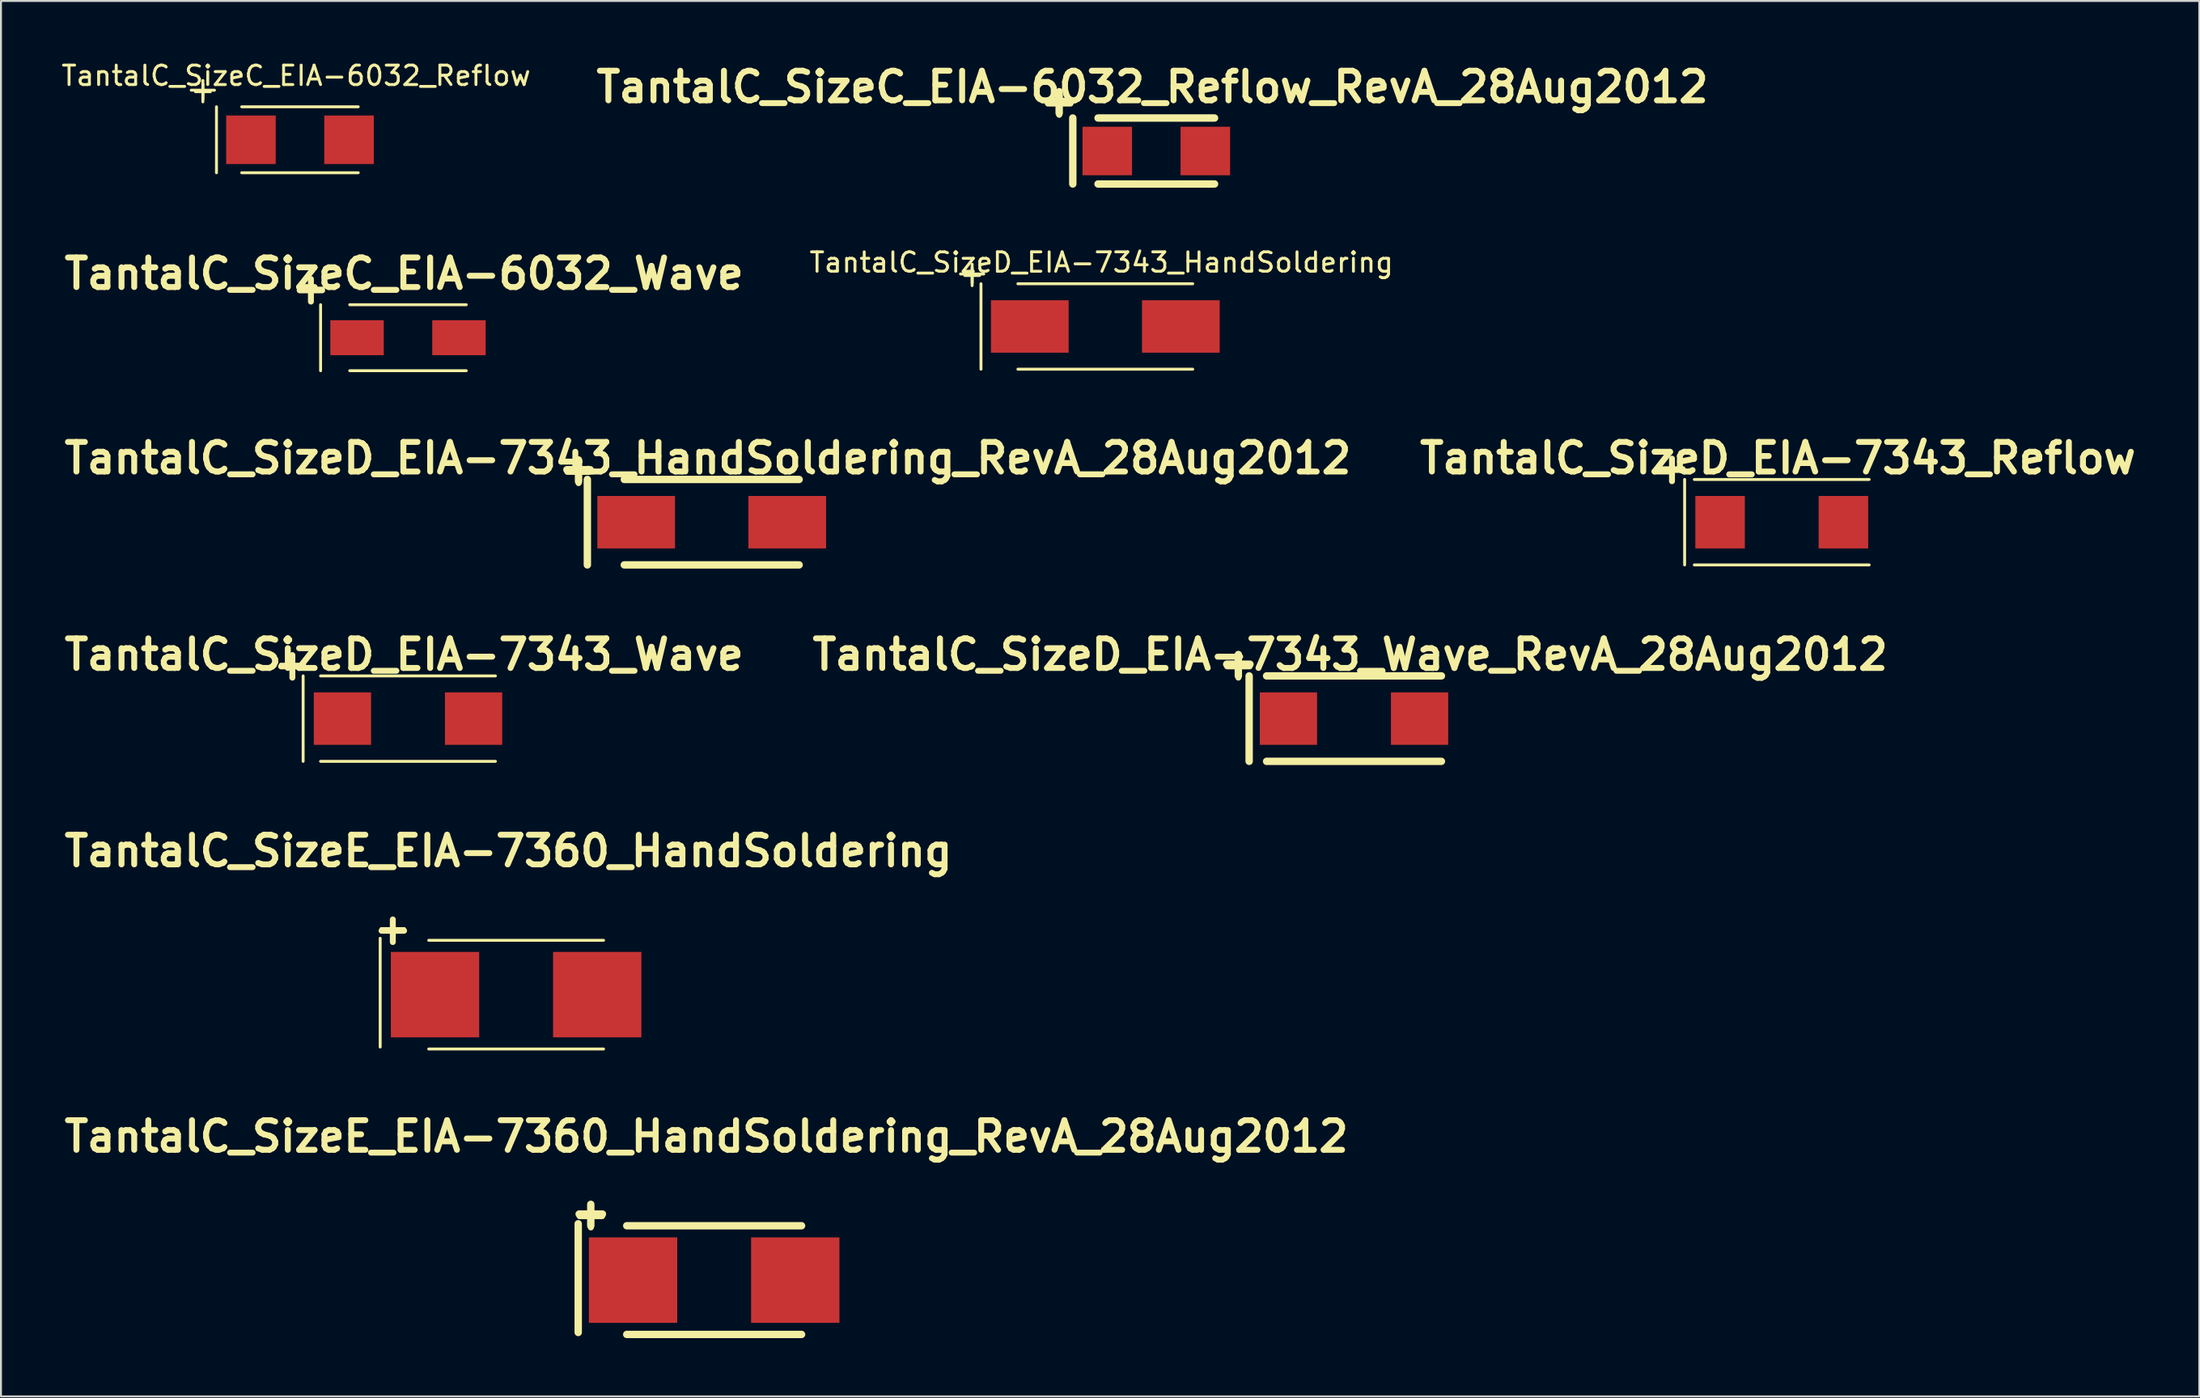
<source format=kicad_pcb>
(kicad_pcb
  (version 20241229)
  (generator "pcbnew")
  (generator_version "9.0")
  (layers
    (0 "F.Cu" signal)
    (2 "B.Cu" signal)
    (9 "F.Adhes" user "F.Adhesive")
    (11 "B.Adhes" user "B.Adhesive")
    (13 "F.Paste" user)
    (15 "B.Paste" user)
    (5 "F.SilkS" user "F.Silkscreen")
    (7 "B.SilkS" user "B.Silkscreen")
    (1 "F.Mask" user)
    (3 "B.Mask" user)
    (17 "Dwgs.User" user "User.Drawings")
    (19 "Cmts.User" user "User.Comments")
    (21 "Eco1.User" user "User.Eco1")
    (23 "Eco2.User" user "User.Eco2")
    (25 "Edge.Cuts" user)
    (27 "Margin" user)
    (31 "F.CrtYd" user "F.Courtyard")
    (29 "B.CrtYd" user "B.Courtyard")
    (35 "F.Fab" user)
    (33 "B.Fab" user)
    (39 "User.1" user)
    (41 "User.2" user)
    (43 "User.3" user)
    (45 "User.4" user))
  (footprint "TantalC_SizeC_EIA-6032_Reflow_RevA_28Aug2012"
    (layer "F.Cu")
    (at 56.491 4.726)
    (property "Reference" "TantalC_SizeC_EIA-6032_Reflow_RevA_28Aug2012" (at -0.201 -3.299 0) (layer "F.SilkS") (effects (font (size 1.524 1.524) (thickness 0.305))))
    (attr smd)
    (fp_line (start -5.601 -2.553) (end -4.402 -2.553) (stroke (width 0.381) (type solid)) (layer "F.SilkS"))
    (fp_line (start -5.001 -3.053) (end -5.001 -1.953) (stroke (width 0.381) (type solid)) (layer "F.SilkS"))
    (fp_line (start -4.3 -1.699) (end -4.3 1.699) (stroke (width 0.381) (type solid)) (layer "F.SilkS"))
    (fp_line (start 3 -1.699) (end -3 -1.699) (stroke (width 0.381) (type solid)) (layer "F.SilkS"))
    (fp_line (start 3 1.699) (end -3 1.699) (stroke (width 0.381) (type solid)) (layer "F.SilkS"))
    (fp_text user "+" (at -4.999 -2.55 0) (layer "F.SilkS") (effects (font (size 1.524 1.524) (thickness 0.305))))
    (pad "1" smd rect (at -2.525 0) (size 2.55 2.499) (layers "F.Cu" "F.Mask" "F.Paste"))
    (pad "2" smd rect (at 2.525 0) (size 2.55 2.499) (layers "F.Cu" "F.Mask" "F.Paste")))
  (footprint "TantalC_SizeC_EIA-6032_Reflow"
    (layer "F.Cu")
    (at 12.397 4.148)
    (property "Reference" "TantalC_SizeC_EIA-6032_Reflow" (at -0.201 -3.299 0) (layer "F.SilkS") (effects (font (size 1 1) (thickness 0.15))))
    (attr smd)
    (fp_line (start -5.601 -2.553) (end -4.402 -2.553) (stroke (width 0.15) (type solid)) (layer "F.SilkS"))
    (fp_line (start -5.001 -3.053) (end -5.001 -1.953) (stroke (width 0.15) (type solid)) (layer "F.SilkS"))
    (fp_line (start -4.3 -1.699) (end -4.3 1.699) (stroke (width 0.15) (type solid)) (layer "F.SilkS"))
    (fp_line (start 3 -1.699) (end -3 -1.699) (stroke (width 0.15) (type solid)) (layer "F.SilkS"))
    (fp_line (start 3 1.699) (end -3 1.699) (stroke (width 0.15) (type solid)) (layer "F.SilkS"))
    (fp_text user "+" (at -4.999 -2.55 0) (layer "F.SilkS") (effects (font (size 1 1) (thickness 0.15))))
    (pad "1" smd rect (at -2.525 0) (size 2.55 2.499) (layers "F.Cu" "F.Mask" "F.Paste"))
    (pad "2" smd rect (at 2.525 0) (size 2.55 2.499) (layers "F.Cu" "F.Mask" "F.Paste")))
  (footprint "TantalC_SizeE_EIA-7360_HandSoldering"
    (layer "F.Cu")
    (at 23.527 48.173)
    (property "Reference" "TantalC_SizeE_EIA-7360_HandSoldering" (at -0.399 -7.399 0) (layer "F.SilkS") (effects (font (size 1.524 1.524) (thickness 0.305))))
    (attr smd)
    (fp_line (start -7 -2.901) (end -7 2.697) (stroke (width 0.15) (type solid)) (layer "F.SilkS"))
    (fp_line (start -6.952 -3.401) (end -5.753 -3.401) (stroke (width 0.15) (type solid)) (layer "F.SilkS"))
    (fp_line (start -6.353 -3.901) (end -6.353 -2.802) (stroke (width 0.15) (type solid)) (layer "F.SilkS"))
    (fp_line (start -4.501 2.799) (end 4.501 2.799) (stroke (width 0.15) (type solid)) (layer "F.SilkS"))
    (fp_line (start 4.501 -2.799) (end -4.501 -2.799) (stroke (width 0.15) (type solid)) (layer "F.SilkS"))
    (fp_text user "+" (at -6.35 -3.399 0) (layer "F.SilkS") (effects (font (size 1.524 1.524) (thickness 0.305))))
    (pad "1" smd rect (at -4.176 0) (size 4.549 4.399) (layers "F.Cu" "F.Mask" "F.Paste"))
    (pad "2" smd rect (at 4.176 0) (size 4.549 4.399) (layers "F.Cu" "F.Mask" "F.Paste")))
  (footprint "TantalC_SizeD_EIA-7343_Reflow"
    (layer "F.Cu")
    (at 88.697 23.842)
    (property "Reference" "TantalC_SizeD_EIA-7343_Reflow" (at -0.201 -3.299 0) (layer "F.SilkS") (effects (font (size 1.524 1.524) (thickness 0.305))))
    (attr smd)
    (fp_line (start -6.253 -2.802) (end -5.055 -2.802) (stroke (width 0.15) (type solid)) (layer "F.SilkS"))
    (fp_line (start -5.654 -3.302) (end -5.654 -2.202) (stroke (width 0.15) (type solid)) (layer "F.SilkS"))
    (fp_line (start -5.001 -2.2) (end -5.001 2.2) (stroke (width 0.15) (type solid)) (layer "F.SilkS"))
    (fp_line (start -4.501 2.2) (end 4.501 2.2) (stroke (width 0.15) (type solid)) (layer "F.SilkS"))
    (fp_line (start 4.501 -2.2) (end -4.501 -2.2) (stroke (width 0.15) (type solid)) (layer "F.SilkS"))
    (fp_text user "+" (at -5.652 -2.799 0) (layer "F.SilkS") (effects (font (size 1.524 1.524) (thickness 0.305))))
    (pad "1" smd rect (at -3.175 0) (size 2.55 2.7) (layers "F.Cu" "F.Mask" "F.Paste"))
    (pad "2" smd rect (at 3.175 0) (size 2.55 2.7) (layers "F.Cu" "F.Mask" "F.Paste")))
  (footprint "TantalC_SizeD_EIA-7343_Wave_RevA_28Aug2012"
    (layer "F.Cu")
    (at 66.672 33.958)
    (property "Reference" "TantalC_SizeD_EIA-7343_Wave_RevA_28Aug2012" (at -0.201 -3.299 0) (layer "F.SilkS") (effects (font (size 1.524 1.524) (thickness 0.305))))
    (attr smd)
    (fp_line (start -6.556 -2.802) (end -5.357 -2.802) (stroke (width 0.381) (type solid)) (layer "F.SilkS"))
    (fp_line (start -5.956 -3.302) (end -5.956 -2.202) (stroke (width 0.381) (type solid)) (layer "F.SilkS"))
    (fp_line (start -5.4 -2.2) (end -5.4 2.2) (stroke (width 0.381) (type solid)) (layer "F.SilkS"))
    (fp_line (start -4.501 2.2) (end 4.501 2.2) (stroke (width 0.381) (type solid)) (layer "F.SilkS"))
    (fp_line (start 4.501 -2.2) (end -4.501 -2.2) (stroke (width 0.381) (type solid)) (layer "F.SilkS"))
    (fp_text user "+" (at -5.954 -2.799 0) (layer "F.SilkS") (effects (font (size 1.524 1.524) (thickness 0.305))))
    (pad "1" smd rect (at -3.376 0) (size 2.949 2.7) (layers "F.Cu" "F.Mask" "F.Paste"))
    (pad "2" smd rect (at 3.376 0) (size 2.949 2.7) (layers "F.Cu" "F.Mask" "F.Paste")))
  (footprint "TantalC_SizeD_EIA-7343_Wave"
    (layer "F.Cu")
    (at 17.959 33.958)
    (property "Reference" "TantalC_SizeD_EIA-7343_Wave" (at -0.201 -3.299 0) (layer "F.SilkS") (effects (font (size 1.524 1.524) (thickness 0.305))))
    (attr smd)
    (fp_line (start -6.556 -2.802) (end -5.357 -2.802) (stroke (width 0.15) (type solid)) (layer "F.SilkS"))
    (fp_line (start -5.956 -3.302) (end -5.956 -2.202) (stroke (width 0.15) (type solid)) (layer "F.SilkS"))
    (fp_line (start -5.4 -2.2) (end -5.4 2.2) (stroke (width 0.15) (type solid)) (layer "F.SilkS"))
    (fp_line (start -4.501 2.2) (end 4.501 2.2) (stroke (width 0.15) (type solid)) (layer "F.SilkS"))
    (fp_line (start 4.501 -2.2) (end -4.501 -2.2) (stroke (width 0.15) (type solid)) (layer "F.SilkS"))
    (fp_text user "+" (at -5.954 -2.799 0) (layer "F.SilkS") (effects (font (size 1.524 1.524) (thickness 0.305))))
    (pad "1" smd rect (at -3.376 0) (size 2.949 2.7) (layers "F.Cu" "F.Mask" "F.Paste"))
    (pad "2" smd rect (at 3.376 0) (size 2.949 2.7) (layers "F.Cu" "F.Mask" "F.Paste")))
  (footprint "TantalC_SizeC_EIA-6032_Wave"
    (layer "F.Cu")
    (at 17.959 14.342)
    (property "Reference" "TantalC_SizeC_EIA-6032_Wave" (at -0.201 -3.299 0) (layer "F.SilkS") (effects (font (size 1.524 1.524) (thickness 0.305))))
    (attr smd)
    (fp_line (start -5.601 -2.553) (end -4.402 -2.553) (stroke (width 0.15) (type solid)) (layer "F.SilkS"))
    (fp_line (start -5.001 -3.053) (end -5.001 -1.953) (stroke (width 0.15) (type solid)) (layer "F.SilkS"))
    (fp_line (start -4.501 -1.699) (end -4.501 1.699) (stroke (width 0.15) (type solid)) (layer "F.SilkS"))
    (fp_line (start 3 -1.699) (end -3 -1.699) (stroke (width 0.15) (type solid)) (layer "F.SilkS"))
    (fp_line (start 3 1.699) (end -3 1.699) (stroke (width 0.15) (type solid)) (layer "F.SilkS"))
    (fp_text user "+" (at -4.999 -2.55 0) (layer "F.SilkS") (effects (font (size 1.524 1.524) (thickness 0.305))))
    (pad "1" smd rect (at -2.624 0) (size 2.751 1.801) (layers "F.Cu" "F.Mask" "F.Paste"))
    (pad "2" smd rect (at 2.624 0) (size 2.751 1.801) (layers "F.Cu" "F.Mask" "F.Paste")))
  (footprint "TantalC_SizeE_EIA-7360_HandSoldering_RevA_28Aug2012"
    (layer "F.Cu")
    (at 33.724 62.873)
    (property "Reference" "TantalC_SizeE_EIA-7360_HandSoldering_RevA_28Aug2012" (at -0.399 -7.399 0) (layer "F.SilkS") (effects (font (size 1.524 1.524) (thickness 0.305))))
    (attr smd)
    (fp_line (start -7 -2.901) (end -7 2.697) (stroke (width 0.381) (type solid)) (layer "F.SilkS"))
    (fp_line (start -6.952 -3.401) (end -5.753 -3.401) (stroke (width 0.381) (type solid)) (layer "F.SilkS"))
    (fp_line (start -6.353 -3.901) (end -6.353 -2.802) (stroke (width 0.381) (type solid)) (layer "F.SilkS"))
    (fp_line (start -4.501 2.799) (end 4.501 2.799) (stroke (width 0.381) (type solid)) (layer "F.SilkS"))
    (fp_line (start 4.501 -2.799) (end -4.501 -2.799) (stroke (width 0.381) (type solid)) (layer "F.SilkS"))
    (fp_text user "+" (at -6.35 -3.399 0) (layer "F.SilkS") (effects (font (size 1.524 1.524) (thickness 0.305))))
    (pad "1" smd rect (at -4.176 0) (size 4.549 4.399) (layers "F.Cu" "F.Mask" "F.Paste"))
    (pad "2" smd rect (at 4.176 0) (size 4.549 4.399) (layers "F.Cu" "F.Mask" "F.Paste")))
  (footprint "TantalC_SizeD_EIA-7343_HandSoldering"
    (layer "F.Cu")
    (at 53.866 13.763)
    (property "Reference" "TantalC_SizeD_EIA-7343_HandSoldering" (at -0.201 -3.299 0) (layer "F.SilkS") (effects (font (size 1 1) (thickness 0.15))))
    (attr smd)
    (fp_line (start -7.457 -2.703) (end -6.259 -2.703) (stroke (width 0.15) (type solid)) (layer "F.SilkS"))
    (fp_line (start -6.858 -3.203) (end -6.858 -2.103) (stroke (width 0.15) (type solid)) (layer "F.SilkS"))
    (fp_line (start -6.403 -2.2) (end -6.403 2.2) (stroke (width 0.15) (type solid)) (layer "F.SilkS"))
    (fp_line (start -4.501 2.2) (end 4.501 2.2) (stroke (width 0.15) (type solid)) (layer "F.SilkS"))
    (fp_line (start 4.501 -2.2) (end -4.501 -2.2) (stroke (width 0.15) (type solid)) (layer "F.SilkS"))
    (fp_text user "+" (at -6.855 -2.7 0) (layer "F.SilkS") (effects (font (size 1 1) (thickness 0.15))))
    (pad "1" smd rect (at -3.889 0) (size 4 2.7) (layers "F.Cu" "F.Mask" "F.Paste"))
    (pad "2" smd rect (at 3.889 0) (size 4 2.7) (layers "F.Cu" "F.Mask" "F.Paste")))
  (footprint "TantalC_SizeD_EIA-7343_HandSoldering_RevA_28Aug2012"
    (layer "F.Cu")
    (at 33.598 23.842)
    (property "Reference" "TantalC_SizeD_EIA-7343_HandSoldering_RevA_28Aug2012" (at -0.201 -3.299 0) (layer "F.SilkS") (effects (font (size 1.524 1.524) (thickness 0.305))))
    (attr smd)
    (fp_line (start -7.457 -2.703) (end -6.259 -2.703) (stroke (width 0.381) (type solid)) (layer "F.SilkS"))
    (fp_line (start -6.858 -3.203) (end -6.858 -2.103) (stroke (width 0.381) (type solid)) (layer "F.SilkS"))
    (fp_line (start -6.403 -2.2) (end -6.403 2.2) (stroke (width 0.381) (type solid)) (layer "F.SilkS"))
    (fp_line (start -4.501 2.2) (end 4.501 2.2) (stroke (width 0.381) (type solid)) (layer "F.SilkS"))
    (fp_line (start 4.501 -2.2) (end -4.501 -2.2) (stroke (width 0.381) (type solid)) (layer "F.SilkS"))
    (fp_text user "+" (at -6.855 -2.7 0) (layer "F.SilkS") (effects (font (size 1.524 1.524) (thickness 0.305))))
    (pad "1" smd rect (at -3.889 0) (size 4 2.7) (layers "F.Cu" "F.Mask" "F.Paste"))
    (pad "2" smd rect (at 3.889 0) (size 4 2.7) (layers "F.Cu" "F.Mask" "F.Paste")))
  (gr_rect
    (start -3 -3)
    (end 110.198 68.863)
    (stroke (width 0.1) (type default))
    (fill no)
    (layer "Edge.Cuts")))
</source>
